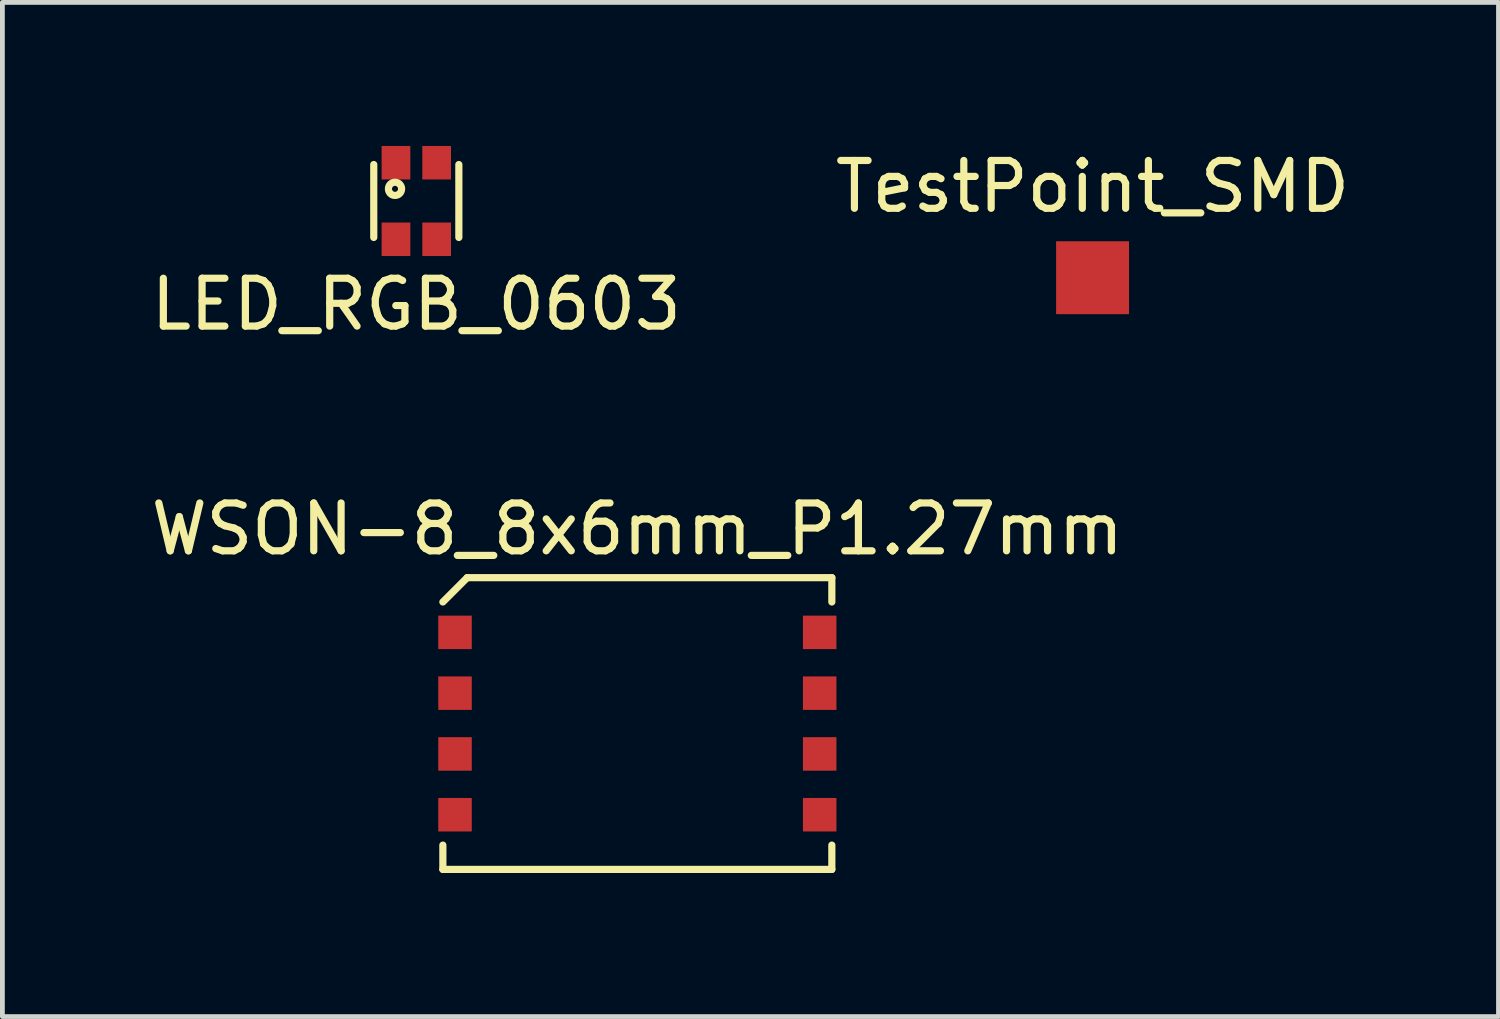
<source format=kicad_pcb>
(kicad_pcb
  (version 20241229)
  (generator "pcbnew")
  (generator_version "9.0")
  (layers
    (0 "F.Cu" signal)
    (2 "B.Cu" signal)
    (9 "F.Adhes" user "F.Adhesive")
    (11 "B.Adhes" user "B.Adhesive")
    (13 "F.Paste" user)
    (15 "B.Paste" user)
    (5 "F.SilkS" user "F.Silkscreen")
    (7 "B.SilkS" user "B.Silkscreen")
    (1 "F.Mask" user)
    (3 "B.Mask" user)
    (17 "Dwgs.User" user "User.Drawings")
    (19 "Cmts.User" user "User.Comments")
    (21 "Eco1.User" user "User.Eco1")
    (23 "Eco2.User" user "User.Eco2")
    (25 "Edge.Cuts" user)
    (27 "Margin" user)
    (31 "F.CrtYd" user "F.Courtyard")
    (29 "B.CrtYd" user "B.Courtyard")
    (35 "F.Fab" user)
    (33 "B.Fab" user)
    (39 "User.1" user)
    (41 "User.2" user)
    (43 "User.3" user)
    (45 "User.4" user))
  (footprint "TestPoint_SMD"
    (layer "F.Cu")
    (at 19.78 2.753)
    (property "Reference" "TestPoint_SMD" (at 0 -1.905 0) (layer "F.SilkS") (effects (font (size 1 1) (thickness 0.15))))
    (attr through_hole)
    (pad "1" smd rect (at 0 0) (size 1.524 1.524) (layers "F.Cu" "F.Mask" "F.Paste")))
  (footprint "LED_RGB_0603"
    (layer "F.Cu")
    (at 5.649 1.15)
    (property "Reference" "LED_RGB_0603" (at 0 2.159 0) (layer "F.SilkS") (effects (font (size 1 1) (thickness 0.15))))
    (attr through_hole)
    (fp_line (start -0.889 -0.762) (end -0.889 0.762) (stroke (width 0.15) (type solid)) (layer "F.SilkS"))
    (fp_line (start 0.889 -0.762) (end 0.889 0.762) (stroke (width 0.15) (type solid)) (layer "F.SilkS"))
    (fp_circle (center -0.445 -0.254) (end -0.445 -0.191) (stroke (width 0.15) (type solid)) (fill no) (layer "F.SilkS"))
    (pad "1" smd rect (at -0.425 -0.8) (size 0.6 0.7) (layers "F.Cu" "F.Mask" "F.Paste"))
    (pad "2" smd rect (at 0.425 -0.8) (size 0.6 0.7) (layers "F.Cu" "F.Mask" "F.Paste"))
    (pad "3" smd rect (at 0.425 0.8) (size 0.6 0.7) (layers "F.Cu" "F.Mask" "F.Paste"))
    (pad "4" smd rect (at -0.425 0.8) (size 0.6 0.7) (layers "F.Cu" "F.Mask" "F.Paste")))
  (footprint "WSON-8_8x6mm_P1.27mm"
    (layer "F.Cu")
    (at 10.268 12.069)
    (property "Reference" "WSON-8_8x6mm_P1.27mm" (at 0 -4.064 0) (layer "F.SilkS") (effects (font (size 1 1) (thickness 0.15))))
    (attr through_hole)
    (fp_line (start -4.064 2.54) (end -4.064 3.048) (stroke (width 0.15) (type solid)) (layer "F.SilkS"))
    (fp_line (start -4.064 3.048) (end 4.064 3.048) (stroke (width 0.15) (type solid)) (layer "F.SilkS"))
    (fp_line (start -3.556 -3.048) (end -4.064 -2.54) (stroke (width 0.15) (type solid)) (layer "F.SilkS"))
    (fp_line (start -3.556 -3.048) (end 4.064 -3.048) (stroke (width 0.15) (type solid)) (layer "F.SilkS"))
    (fp_line (start 4.064 -3.048) (end 4.064 -2.54) (stroke (width 0.15) (type solid)) (layer "F.SilkS"))
    (fp_line (start 4.064 3.048) (end 4.064 2.54) (stroke (width 0.15) (type solid)) (layer "F.SilkS"))
    (pad "1" smd rect (at -3.81 -1.905) (size 0.7 0.7) (layers "F.Cu" "F.Mask" "F.Paste"))
    (pad "2" smd rect (at -3.81 -0.635) (size 0.7 0.7) (layers "F.Cu" "F.Mask" "F.Paste"))
    (pad "3" smd rect (at -3.81 0.635) (size 0.7 0.7) (layers "F.Cu" "F.Mask" "F.Paste"))
    (pad "4" smd rect (at -3.81 1.905) (size 0.7 0.7) (layers "F.Cu" "F.Mask" "F.Paste"))
    (pad "5" smd rect (at 3.81 1.905) (size 0.7 0.7) (layers "F.Cu" "F.Mask" "F.Paste"))
    (pad "6" smd rect (at 3.81 0.635) (size 0.7 0.7) (layers "F.Cu" "F.Mask" "F.Paste"))
    (pad "7" smd rect (at 3.81 -0.635) (size 0.7 0.7) (layers "F.Cu" "F.Mask" "F.Paste"))
    (pad "8" smd rect (at 3.81 -1.905) (size 0.7 0.7) (layers "F.Cu" "F.Mask" "F.Paste")))
  (gr_rect
    (start -3 -3)
    (end 28.262 18.192)
    (stroke (width 0.1) (type default))
    (fill no)
    (layer "Edge.Cuts")))
</source>
